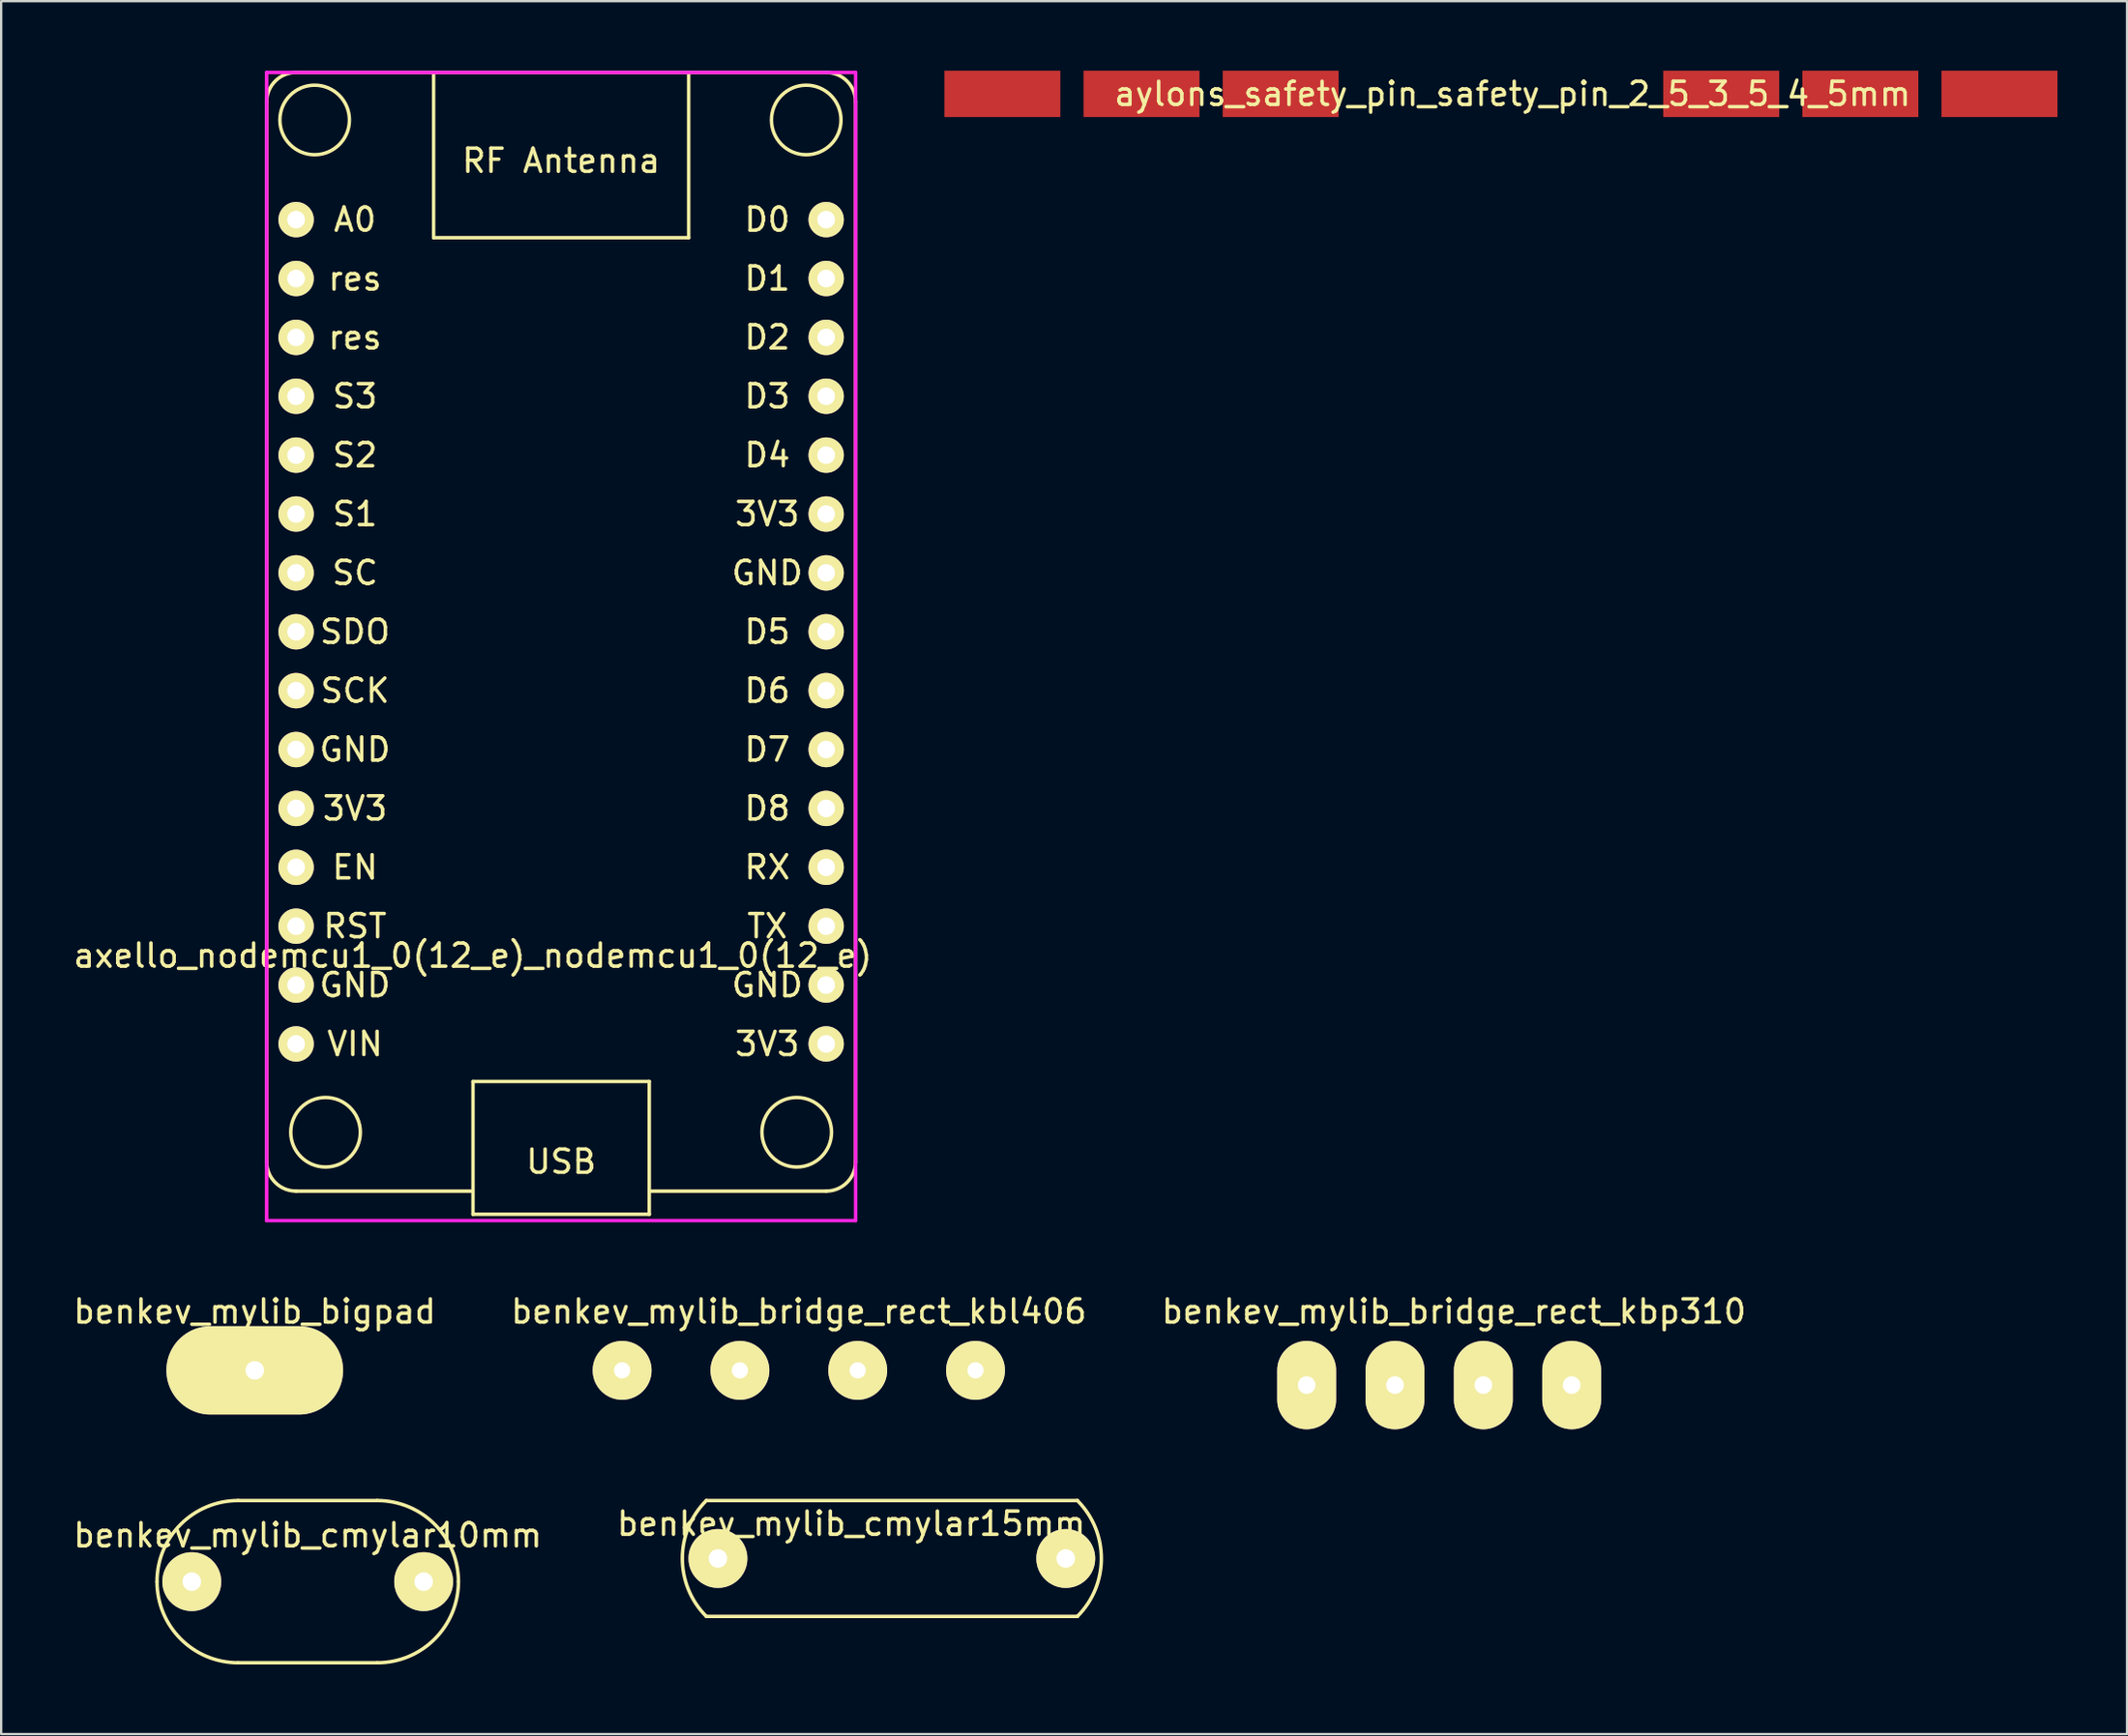
<source format=kicad_pcb>
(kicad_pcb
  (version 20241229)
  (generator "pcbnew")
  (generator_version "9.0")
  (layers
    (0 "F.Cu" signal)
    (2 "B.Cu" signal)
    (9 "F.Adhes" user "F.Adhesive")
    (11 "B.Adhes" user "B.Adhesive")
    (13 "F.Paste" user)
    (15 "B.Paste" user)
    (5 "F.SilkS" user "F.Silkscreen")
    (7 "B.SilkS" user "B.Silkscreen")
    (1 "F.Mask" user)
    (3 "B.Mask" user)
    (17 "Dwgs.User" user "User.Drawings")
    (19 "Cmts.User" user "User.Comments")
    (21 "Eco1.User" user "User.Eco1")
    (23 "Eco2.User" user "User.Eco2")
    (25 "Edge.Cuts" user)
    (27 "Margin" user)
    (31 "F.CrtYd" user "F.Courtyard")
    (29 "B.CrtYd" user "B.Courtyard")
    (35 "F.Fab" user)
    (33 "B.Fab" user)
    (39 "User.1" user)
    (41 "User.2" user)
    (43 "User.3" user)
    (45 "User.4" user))
  (footprint "benkev_mylib_bridge_rect_kbp310"
    (layer "F.Cu")
    (at 59.014 56.703)
    (property "Reference" "benkev_mylib_bridge_rect_kbp310" (at 0.635 -3.175 0) (layer "F.SilkS") (effects (font (size 1 1) (thickness 0.15))))
    (attr through_hole)
    (pad "1" thru_hole oval (at -5.715 0) (size 2.54 3.81) (drill 0.762) (layers "*.Cu" "*.Mask" "F.SilkS"))
    (pad "2" thru_hole oval (at -1.905 0) (size 2.54 3.81) (drill 0.762) (layers "*.Cu" "*.Mask" "F.SilkS"))
    (pad "3" thru_hole oval (at 1.905 0) (size 2.54 3.81) (drill 0.762) (layers "*.Cu" "*.Mask" "F.SilkS"))
    (pad "4" thru_hole oval (at 5.715 0) (size 2.54 3.81) (drill 0.762) (layers "*.Cu" "*.Mask" "F.SilkS")))
  (footprint "benkev_mylib_bigpad"
    (layer "F.Cu")
    (at 7.935 56.068)
    (property "Reference" "benkev_mylib_bigpad" (at 0 -2.54 0) (layer "F.SilkS") (effects (font (size 1 1) (thickness 0.15))))
    (attr through_hole)
    (pad "1" thru_hole oval (at 0 0) (size 7.62 3.81) (drill 0.8) (layers "*.Cu" "*.Mask" "F.SilkS")))
  (footprint "aylons_safety_pin_safety_pin_2_5_3_5_4_5mm"
    (layer "F.Cu")
    (at 62.179 1)
    (property "Reference" "aylons_safety_pin_safety_pin_2_5_3_5_4_5mm" (at 0 0 0) (layer "F.SilkS") (effects (font (size 1 1) (thickness 0.15))))
    (attr through_hole)
    (pad "1" smd rect (at -22 0) (size 5 2) (layers "F.Cu" "F.Mask" "F.Paste"))
    (pad "1" smd rect (at -16 0) (size 5 2) (layers "F.Cu" "F.Mask" "F.Paste"))
    (pad "1" smd rect (at -10 0) (size 5 2) (layers "F.Cu" "F.Mask" "F.Paste"))
    (pad "1" smd rect (at 9 0) (size 5 2) (layers "F.Cu" "F.Mask" "F.Paste"))
    (pad "1" smd rect (at 15 0) (size 5 2) (layers "F.Cu" "F.Mask" "F.Paste"))
    (pad "1" smd rect (at 21 0) (size 5 2) (layers "F.Cu" "F.Mask" "F.Paste")))
  (footprint "axello_nodemcu1_0(12_e)_nodemcu1_0(12_e)"
    (layer "F.Cu")
    (at 9.719 6.425)
    (property "Reference" "axello_nodemcu1_0(12_e)_nodemcu1_0(12_e)" (at 7.62 31.75 0) (layer "F.SilkS") (effects (font (size 1 1) (thickness 0.15))))
    (attr through_hole)
    (fp_line (start -1.27 -5.08) (end -1.27 40.64) (stroke (width 0.15) (type solid)) (layer "F.SilkS"))
    (fp_line (start 5.93 0.78) (end 5.93 -6.35) (stroke (width 0.15) (type solid)) (layer "F.SilkS"))
    (fp_line (start 7.62 41.91) (end 0 41.91) (stroke (width 0.15) (type solid)) (layer "F.SilkS"))
    (fp_line (start 7.63 37.18) (end 15.23 37.18) (stroke (width 0.15) (type solid)) (layer "F.SilkS"))
    (fp_line (start 7.63 42.91) (end 7.63 37.18) (stroke (width 0.15) (type solid)) (layer "F.SilkS"))
    (fp_line (start 15.23 37.18) (end 15.23 42.91) (stroke (width 0.15) (type solid)) (layer "F.SilkS"))
    (fp_line (start 15.23 42.91) (end 7.63 42.91) (stroke (width 0.15) (type solid)) (layer "F.SilkS"))
    (fp_line (start 16.93 -6.35) (end 16.93 0.78) (stroke (width 0.15) (type solid)) (layer "F.SilkS"))
    (fp_line (start 16.93 0.78) (end 5.93 0.78) (stroke (width 0.15) (type solid)) (layer "F.SilkS"))
    (fp_line (start 22.86 -6.35) (end 0 -6.35) (stroke (width 0.15) (type solid)) (layer "F.SilkS"))
    (fp_line (start 22.86 41.91) (end 15.24 41.91) (stroke (width 0.15) (type solid)) (layer "F.SilkS"))
    (fp_line (start 24.13 -5.08) (end 24.13 40.64) (stroke (width 0.15) (type solid)) (layer "F.SilkS"))
    (fp_arc (start -1.27 -5.08) (mid -0.898026 -5.978026) (end 0 -6.35) (stroke (width 0.15) (type solid)) (layer "F.SilkS"))
    (fp_arc (start 0 41.91) (mid -0.898026 41.538026) (end -1.27 40.64) (stroke (width 0.15) (type solid)) (layer "F.SilkS"))
    (fp_arc (start 22.86 -6.35) (mid 23.758026 -5.978026) (end 24.13 -5.08) (stroke (width 0.15) (type solid)) (layer "F.SilkS"))
    (fp_arc (start 24.13 40.64) (mid 23.758026 41.538026) (end 22.86 41.91) (stroke (width 0.15) (type solid)) (layer "F.SilkS"))
    (fp_circle (center 0.8 -4.3) (end 2.3 -4.3) (stroke (width 0.15) (type solid)) (fill no) (layer "F.SilkS"))
    (fp_circle (center 1.27 39.37) (end 2.77 39.37) (stroke (width 0.15) (type solid)) (fill no) (layer "F.SilkS"))
    (fp_circle (center 21.59 39.37) (end 23.09 39.37) (stroke (width 0.15) (type solid)) (fill no) (layer "F.SilkS"))
    (fp_circle (center 22 -4.3) (end 23.5 -4.3) (stroke (width 0.15) (type solid)) (fill no) (layer "F.SilkS"))
    (fp_line (start -1.27 -6.35) (end 24.13 -6.35) (stroke (width 0.15) (type solid)) (layer "F.CrtYd"))
    (fp_line (start -1.27 43.18) (end -1.27 -6.35) (stroke (width 0.15) (type solid)) (layer "F.CrtYd"))
    (fp_line (start 24.13 -6.35) (end 24.13 43.18) (stroke (width 0.15) (type solid)) (layer "F.CrtYd"))
    (fp_line (start 24.13 43.18) (end -1.27 43.18) (stroke (width 0.15) (type solid)) (layer "F.CrtYd"))
    (fp_text user "GND" (at 20.32 15.24 0) (layer "F.SilkS") (effects (font (size 1 1) (thickness 0.15))))
    (fp_text user "GND" (at 2.54 33.02 0) (layer "F.SilkS") (effects (font (size 1 1) (thickness 0.15))))
    (fp_text user "RST" (at 2.54 30.48 0) (layer "F.SilkS") (effects (font (size 1 1) (thickness 0.15))))
    (fp_text user "D5" (at 20.32 17.78 0) (layer "F.SilkS") (effects (font (size 1 1) (thickness 0.15))))
    (fp_text user "A0" (at 2.54 0 0) (layer "F.SilkS") (effects (font (size 1 1) (thickness 0.15))))
    (fp_text user "SCK" (at 2.54 20.32 0) (layer "F.SilkS") (effects (font (size 1 1) (thickness 0.15))))
    (fp_text user "SDO" (at 2.54 17.78 0) (layer "F.SilkS") (effects (font (size 1 1) (thickness 0.15))))
    (fp_text user "3V3" (at 2.54 25.4 0) (layer "F.SilkS") (effects (font (size 1 1) (thickness 0.15))))
    (fp_text user "SC" (at 2.54 15.24 0) (layer "F.SilkS") (effects (font (size 1 1) (thickness 0.15))))
    (fp_text user "D3" (at 20.32 7.62 0) (layer "F.SilkS") (effects (font (size 1 1) (thickness 0.15))))
    (fp_text user "GND" (at 20.32 33.02 0) (layer "F.SilkS") (effects (font (size 1 1) (thickness 0.15))))
    (fp_text user "D6" (at 20.32 20.32 0) (layer "F.SilkS") (effects (font (size 1 1) (thickness 0.15))))
    (fp_text user "D2" (at 20.32 5.08 0) (layer "F.SilkS") (effects (font (size 1 1) (thickness 0.15))))
    (fp_text user "D8" (at 20.32 25.4 0) (layer "F.SilkS") (effects (font (size 1 1) (thickness 0.15))))
    (fp_text user "GND" (at 2.54 22.86 0) (layer "F.SilkS") (effects (font (size 1 1) (thickness 0.15))))
    (fp_text user "EN" (at 2.54 27.94 0) (layer "F.SilkS") (effects (font (size 1 1) (thickness 0.15))))
    (fp_text user "D0" (at 20.32 0 0) (layer "F.SilkS") (effects (font (size 1 1) (thickness 0.15))))
    (fp_text user "RF Antenna" (at 11.43 -2.54 0) (layer "F.SilkS") (effects (font (size 1 1) (thickness 0.15))))
    (fp_text user "3V3" (at 20.32 35.56 0) (layer "F.SilkS") (effects (font (size 1 1) (thickness 0.15))))
    (fp_text user "3V3" (at 20.32 12.7 0) (layer "F.SilkS") (effects (font (size 1 1) (thickness 0.15))))
    (fp_text user "VIN" (at 2.54 35.56 0) (layer "F.SilkS") (effects (font (size 1 1) (thickness 0.15))))
    (fp_text user "RX" (at 20.32 27.94 0) (layer "F.SilkS") (effects (font (size 1 1) (thickness 0.15))))
    (fp_text user "D4" (at 20.32 10.16 0) (layer "F.SilkS") (effects (font (size 1 1) (thickness 0.15))))
    (fp_text user "S2" (at 2.54 10.16 0) (layer "F.SilkS") (effects (font (size 1 1) (thickness 0.15))))
    (fp_text user "S3" (at 2.54 7.62 0) (layer "F.SilkS") (effects (font (size 1 1) (thickness 0.15))))
    (fp_text user "D7" (at 20.32 22.86 0) (layer "F.SilkS") (effects (font (size 1 1) (thickness 0.15))))
    (fp_text user "S1" (at 2.54 12.7 0) (layer "F.SilkS") (effects (font (size 1 1) (thickness 0.15))))
    (fp_text user "USB" (at 11.43 40.64 0) (layer "F.SilkS") (effects (font (size 1 1) (thickness 0.15))))
    (fp_text user "res" (at 2.54 2.54 0) (layer "F.SilkS") (effects (font (size 1 1) (thickness 0.15))))
    (fp_text user "TX" (at 20.32 30.48 0) (layer "F.SilkS") (effects (font (size 1 1) (thickness 0.15))))
    (fp_text user "D1" (at 20.32 2.54 0) (layer "F.SilkS") (effects (font (size 1 1) (thickness 0.15))))
    (fp_text user "res" (at 2.54 5.08 0) (layer "F.SilkS") (effects (font (size 1 1) (thickness 0.15))))
    (pad "1" thru_hole circle (at 0 0) (size 1.524 1.524) (drill 0.762) (layers "*.Cu" "*.Mask" "F.SilkS"))
    (pad "2" thru_hole circle (at 0 2.54) (size 1.524 1.524) (drill 0.762) (layers "*.Cu" "*.Mask" "F.SilkS"))
    (pad "3" thru_hole circle (at 0 5.08) (size 1.524 1.524) (drill 0.762) (layers "*.Cu" "*.Mask" "F.SilkS"))
    (pad "4" thru_hole circle (at 0 7.62) (size 1.524 1.524) (drill 0.762) (layers "*.Cu" "*.Mask" "F.SilkS"))
    (pad "5" thru_hole circle (at 0 10.16) (size 1.524 1.524) (drill 0.762) (layers "*.Cu" "*.Mask" "F.SilkS"))
    (pad "6" thru_hole circle (at 0 12.7) (size 1.524 1.524) (drill 0.762) (layers "*.Cu" "*.Mask" "F.SilkS"))
    (pad "7" thru_hole circle (at 0 15.24) (size 1.524 1.524) (drill 0.762) (layers "*.Cu" "*.Mask" "F.SilkS"))
    (pad "8" thru_hole circle (at 0 17.78) (size 1.524 1.524) (drill 0.762) (layers "*.Cu" "*.Mask" "F.SilkS"))
    (pad "9" thru_hole circle (at 0 20.32) (size 1.524 1.524) (drill 0.762) (layers "*.Cu" "*.Mask" "F.SilkS"))
    (pad "10" thru_hole circle (at 0 22.86) (size 1.524 1.524) (drill 0.762) (layers "*.Cu" "*.Mask" "F.SilkS"))
    (pad "11" thru_hole circle (at 0 25.4) (size 1.524 1.524) (drill 0.762) (layers "*.Cu" "*.Mask" "F.SilkS"))
    (pad "12" thru_hole circle (at 0 27.94) (size 1.524 1.524) (drill 0.762) (layers "*.Cu" "*.Mask" "F.SilkS"))
    (pad "13" thru_hole circle (at 0 30.48) (size 1.524 1.524) (drill 0.762) (layers "*.Cu" "*.Mask" "F.SilkS"))
    (pad "14" thru_hole circle (at 0 33.02) (size 1.524 1.524) (drill 0.762) (layers "*.Cu" "*.Mask" "F.SilkS"))
    (pad "15" thru_hole circle (at 0 35.56) (size 1.524 1.524) (drill 0.762) (layers "*.Cu" "*.Mask" "F.SilkS"))
    (pad "16" thru_hole circle (at 22.86 35.56) (size 1.524 1.524) (drill 0.762) (layers "*.Cu" "*.Mask" "F.SilkS"))
    (pad "17" thru_hole circle (at 22.86 33.02) (size 1.524 1.524) (drill 0.762) (layers "*.Cu" "*.Mask" "F.SilkS"))
    (pad "18" thru_hole circle (at 22.86 30.48) (size 1.524 1.524) (drill 0.762) (layers "*.Cu" "*.Mask" "F.SilkS"))
    (pad "19" thru_hole circle (at 22.86 27.94) (size 1.524 1.524) (drill 0.762) (layers "*.Cu" "*.Mask" "F.SilkS"))
    (pad "20" thru_hole circle (at 22.86 25.4) (size 1.524 1.524) (drill 0.762) (layers "*.Cu" "*.Mask" "F.SilkS"))
    (pad "21" thru_hole circle (at 22.86 22.86) (size 1.524 1.524) (drill 0.762) (layers "*.Cu" "*.Mask" "F.SilkS"))
    (pad "22" thru_hole circle (at 22.86 20.32) (size 1.524 1.524) (drill 0.762) (layers "*.Cu" "*.Mask" "F.SilkS"))
    (pad "23" thru_hole circle (at 22.86 17.78) (size 1.524 1.524) (drill 0.762) (layers "*.Cu" "*.Mask" "F.SilkS"))
    (pad "24" thru_hole circle (at 22.86 15.24) (size 1.524 1.524) (drill 0.762) (layers "*.Cu" "*.Mask" "F.SilkS"))
    (pad "25" thru_hole circle (at 22.86 12.7) (size 1.524 1.524) (drill 0.762) (layers "*.Cu" "*.Mask" "F.SilkS"))
    (pad "26" thru_hole circle (at 22.86 10.16) (size 1.524 1.524) (drill 0.762) (layers "*.Cu" "*.Mask" "F.SilkS"))
    (pad "27" thru_hole circle (at 22.86 7.62) (size 1.524 1.524) (drill 0.762) (layers "*.Cu" "*.Mask" "F.SilkS"))
    (pad "28" thru_hole circle (at 22.86 5.08) (size 1.524 1.524) (drill 0.762) (layers "*.Cu" "*.Mask" "F.SilkS"))
    (pad "29" thru_hole circle (at 22.86 2.54) (size 1.524 1.524) (drill 0.762) (layers "*.Cu" "*.Mask" "F.SilkS"))
    (pad "30" thru_hole circle (at 22.86 0) (size 1.524 1.524) (drill 0.762) (layers "*.Cu" "*.Mask" "F.SilkS")))
  (footprint "benkev_mylib_bridge_rect_kbl406"
    (layer "F.Cu")
    (at 31.399 56.068)
    (property "Reference" "benkev_mylib_bridge_rect_kbl406" (at 0 -2.54 0) (layer "F.SilkS") (effects (font (size 1 1) (thickness 0.15))))
    (attr through_hole)
    (pad "1" thru_hole circle (at -7.62 0) (size 2.54 2.54) (drill 0.7) (layers "*.Cu" "*.Mask" "F.SilkS"))
    (pad "2" thru_hole circle (at -2.54 0) (size 2.54 2.54) (drill 0.7) (layers "*.Cu" "*.Mask" "F.SilkS"))
    (pad "3" thru_hole circle (at 2.54 0) (size 2.54 2.54) (drill 0.7) (layers "*.Cu" "*.Mask" "F.SilkS"))
    (pad "4" thru_hole circle (at 7.62 0) (size 2.54 2.54) (drill 0.7) (layers "*.Cu" "*.Mask" "F.SilkS")))
  (footprint "benkev_mylib_cmylar15mm"
    (layer "F.Cu")
    (at 35.411 64.183)
    (property "Reference" "benkev_mylib_cmylar15mm" (at -1.75 -1.5 0) (layer "F.SilkS") (effects (font (size 1 1) (thickness 0.15))))
    (attr through_hole)
    (fp_line (start -8 -2.5) (end 8 -2.5) (stroke (width 0.15) (type solid)) (layer "F.SilkS"))
    (fp_line (start -8 2.5) (end 8 2.5) (stroke (width 0.15) (type solid)) (layer "F.SilkS"))
    (fp_arc (start -8 2.5) (mid -9.035534 0) (end -8 -2.5) (stroke (width 0.15) (type solid)) (layer "F.SilkS"))
    (fp_arc (start 8 -2.5) (mid 9.035534 0) (end 8 2.5) (stroke (width 0.15) (type solid)) (layer "F.SilkS"))
    (pad "1" thru_hole circle (at -7.5 0) (size 2.54 2.54) (drill 0.8) (layers "*.Cu" "*.Mask" "F.SilkS"))
    (pad "2" thru_hole circle (at 7.5 0) (size 2.54 2.54) (drill 0.8) (layers "*.Cu" "*.Mask" "F.SilkS")))
  (footprint "benkev_mylib_cmylar10mm"
    (layer "F.Cu")
    (at 10.22 65.183)
    (property "Reference" "benkev_mylib_cmylar10mm" (at 0 -2 0) (layer "F.SilkS") (effects (font (size 1 1) (thickness 0.15))))
    (attr through_hole)
    (fp_line (start -3 -3.5) (end 3 -3.5) (stroke (width 0.15) (type solid)) (layer "F.SilkS"))
    (fp_line (start 3 3.5) (end -3 3.5) (stroke (width 0.15) (type solid)) (layer "F.SilkS"))
    (fp_arc (start -6.5 0) (mid -5.474874 -2.474874) (end -3 -3.5) (stroke (width 0.15) (type solid)) (layer "F.SilkS"))
    (fp_arc (start -3 3.5) (mid -5.474874 2.474874) (end -6.5 0) (stroke (width 0.15) (type solid)) (layer "F.SilkS"))
    (fp_arc (start 3 -3.5) (mid 5.474874 -2.474874) (end 6.5 0) (stroke (width 0.15) (type solid)) (layer "F.SilkS"))
    (fp_arc (start 6.5 0) (mid 5.474874 2.474874) (end 3 3.5) (stroke (width 0.15) (type solid)) (layer "F.SilkS"))
    (pad "1" thru_hole circle (at -5 0) (size 2.54 2.54) (drill 0.8) (layers "*.Cu" "*.Mask" "F.SilkS"))
    (pad "2" thru_hole circle (at 5 0) (size 2.54 2.54) (drill 0.8) (layers "*.Cu" "*.Mask" "F.SilkS")))
  (gr_rect
    (start -3 -3)
    (end 88.679 71.758)
    (stroke (width 0.1) (type default))
    (fill no)
    (layer "Edge.Cuts")))
</source>
